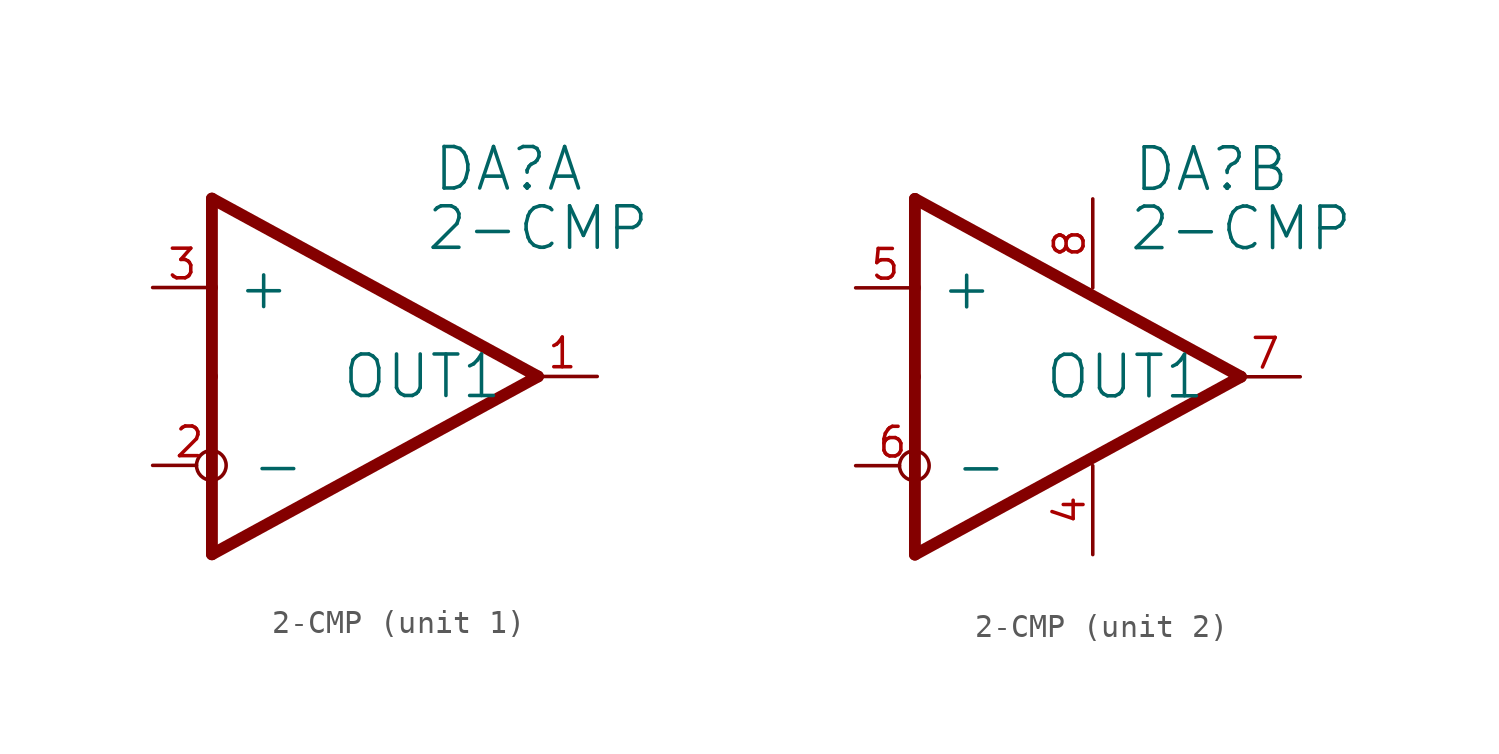
<source format=kicad_sym>
(kicad_symbol_lib
  (version 20211014)
  (generator kicad_symbol_editor)
  (symbol "2-CMP"
    (pin_names
      (offset 1.016))
    (property "Reference" "DA"
      (at 12.7 8.89 0)
      (effects (font (size 1.778 1.778))))
    (property "Value" "2-CMP"
      (at 13.97 6.35 0)
      (effects (font (size 1.778 1.778))))
    (symbol "2-CMP_0_1"
      (polyline (pts (xy 0 -7.62) (xy 13.97 0)) (stroke (width 0.508) (type default) (color 0 0 0 0)) (fill (type none)))
      (polyline (pts (xy 0 0) (xy 0 3.81)) (stroke (width 0.508) (type default) (color 0 0 0 0)) (fill (type none)))
      (polyline (pts (xy 0 7.62) (xy 0 3.81)) (stroke (width 0.508) (type default) (color 0 0 0 0)) (fill (type none)))
      (polyline (pts (xy 0 7.62) (xy 13.97 0)) (stroke (width 0.508) (type default) (color 0 0 0 0)) (fill (type none)))
      (polyline (pts (xy 0 0) (xy 0 -3.81) (xy 0 -7.62)) (stroke (width 0.508) (type default) (color 0 0 0 0)) (fill (type none))))
    (symbol "2-CMP_1_1"
      (pin output line (at 16.51 0 180) (length 2.997) (name "OUT1" (effects (font (size 1.778 1.778)))) (number "1" (effects (font (size 1.27 1.27)))))
      (pin input inverted (at -2.54 -3.81 0) (length 3.15) (name "-" (effects (font (size 1.778 1.778)))) (number "2" (effects (font (size 1.27 1.27)))))
      (pin input line (at -2.54 3.81 0) (length 2.54) (name "+" (effects (font (size 1.778 1.778)))) (number "3" (effects (font (size 1.27 1.27))))))
    (symbol "2-CMP_2_1"
      (pin power_in line (at 7.62 -7.62 90) (length 3.81) (name "~" (effects (font (size 1.778 1.778)))) (number "4" (effects (font (size 1.27 1.27)))))
      (pin input line (at -2.54 3.81 0) (length 2.54) (name "+" (effects (font (size 1.778 1.778)))) (number "5" (effects (font (size 1.27 1.27)))))
      (pin input inverted (at -2.54 -3.81 0) (length 3.15) (name "-" (effects (font (size 1.778 1.778)))) (number "6" (effects (font (size 1.27 1.27)))))
      (pin output line (at 16.51 0 180) (length 2.997) (name "OUT1" (effects (font (size 1.778 1.778)))) (number "7" (effects (font (size 1.27 1.27)))))
      (pin power_in line (at 7.62 7.62 270) (length 3.81) (name "~" (effects (font (size 1.778 1.778)))) (number "8" (effects (font (size 1.27 1.27))))))))
</source>
